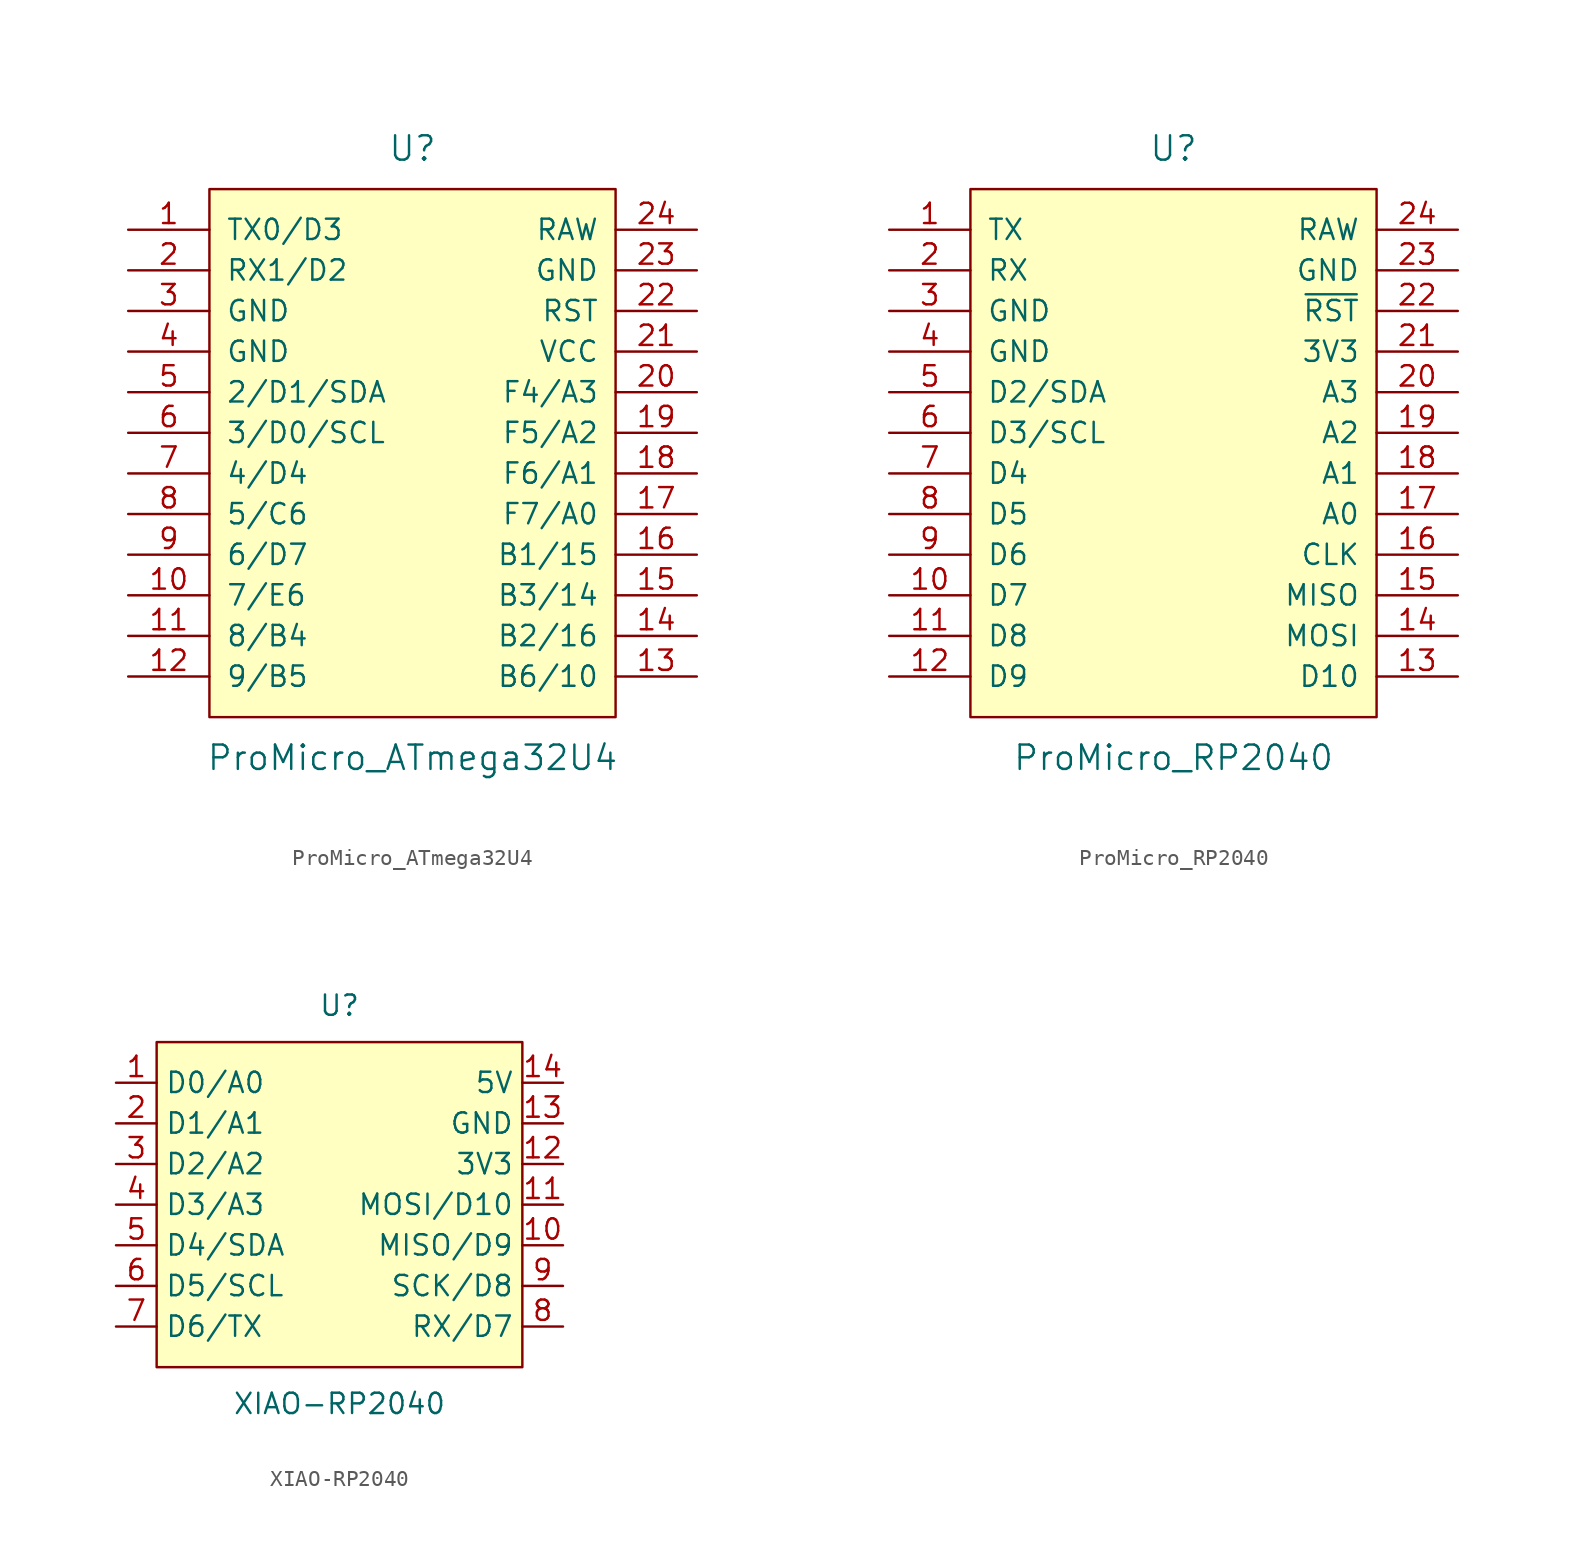
<source format=kicad_sym>
(kicad_symbol_lib
  (version 20231120)
  (generator "kicad_symbol_editor")
  (generator_version "8.0")
  (symbol "ProMicro_ATmega32U4"
    (pin_names
      (offset 1.016))
    (property "Reference" "U"
      (at 0 19.05 0)
      (effects (font (size 1.524 1.524))))
    (property "Value" "ProMicro_ATmega32U4"
      (at 0 -19.05 0)
      (effects (font (size 1.524 1.524))))
    (symbol "ProMicro_ATmega32U4_0_1"
      (rectangle (start -12.7 16.51) (end 12.7 -16.51) (stroke (width 0) (type default)) (fill (type background))))
    (symbol "ProMicro_ATmega32U4_1_1"
      (pin bidirectional line (at -17.78 13.97 0) (length 5.08) (name "TX0/D3" (effects (font (size 1.27 1.27)))) (number "1" (effects (font (size 1.27 1.27)))))
      (pin bidirectional line (at -17.78 -8.89 0) (length 5.08) (name "7/E6" (effects (font (size 1.27 1.27)))) (number "10" (effects (font (size 1.27 1.27)))))
      (pin bidirectional line (at -17.78 -11.43 0) (length 5.08) (name "8/B4" (effects (font (size 1.27 1.27)))) (number "11" (effects (font (size 1.27 1.27)))))
      (pin bidirectional line (at -17.78 -13.97 0) (length 5.08) (name "9/B5" (effects (font (size 1.27 1.27)))) (number "12" (effects (font (size 1.27 1.27)))))
      (pin bidirectional line (at 17.78 -13.97 180) (length 5.08) (name "B6/10" (effects (font (size 1.27 1.27)))) (number "13" (effects (font (size 1.27 1.27)))))
      (pin bidirectional line (at 17.78 -11.43 180) (length 5.08) (name "B2/16" (effects (font (size 1.27 1.27)))) (number "14" (effects (font (size 1.27 1.27)))))
      (pin bidirectional line (at 17.78 -8.89 180) (length 5.08) (name "B3/14" (effects (font (size 1.27 1.27)))) (number "15" (effects (font (size 1.27 1.27)))))
      (pin bidirectional line (at 17.78 -6.35 180) (length 5.08) (name "B1/15" (effects (font (size 1.27 1.27)))) (number "16" (effects (font (size 1.27 1.27)))))
      (pin bidirectional line (at 17.78 -3.81 180) (length 5.08) (name "F7/A0" (effects (font (size 1.27 1.27)))) (number "17" (effects (font (size 1.27 1.27)))))
      (pin bidirectional line (at 17.78 -1.27 180) (length 5.08) (name "F6/A1" (effects (font (size 1.27 1.27)))) (number "18" (effects (font (size 1.27 1.27)))))
      (pin bidirectional line (at 17.78 1.27 180) (length 5.08) (name "F5/A2" (effects (font (size 1.27 1.27)))) (number "19" (effects (font (size 1.27 1.27)))))
      (pin bidirectional line (at -17.78 11.43 0) (length 5.08) (name "RX1/D2" (effects (font (size 1.27 1.27)))) (number "2" (effects (font (size 1.27 1.27)))))
      (pin bidirectional line (at 17.78 3.81 180) (length 5.08) (name "F4/A3" (effects (font (size 1.27 1.27)))) (number "20" (effects (font (size 1.27 1.27)))))
      (pin power_in line (at 17.78 6.35 180) (length 5.08) (name "VCC" (effects (font (size 1.27 1.27)))) (number "21" (effects (font (size 1.27 1.27)))))
      (pin input line (at 17.78 8.89 180) (length 5.08) (name "RST" (effects (font (size 1.27 1.27)))) (number "22" (effects (font (size 1.27 1.27)))))
      (pin power_in line (at 17.78 11.43 180) (length 5.08) (name "GND" (effects (font (size 1.27 1.27)))) (number "23" (effects (font (size 1.27 1.27)))))
      (pin power_out line (at 17.78 13.97 180) (length 5.08) (name "RAW" (effects (font (size 1.27 1.27)))) (number "24" (effects (font (size 1.27 1.27)))))
      (pin power_in line (at -17.78 8.89 0) (length 5.08) (name "GND" (effects (font (size 1.27 1.27)))) (number "3" (effects (font (size 1.27 1.27)))))
      (pin power_in line (at -17.78 6.35 0) (length 5.08) (name "GND" (effects (font (size 1.27 1.27)))) (number "4" (effects (font (size 1.27 1.27)))))
      (pin bidirectional line (at -17.78 3.81 0) (length 5.08) (name "2/D1/SDA" (effects (font (size 1.27 1.27)))) (number "5" (effects (font (size 1.27 1.27)))))
      (pin bidirectional line (at -17.78 1.27 0) (length 5.08) (name "3/D0/SCL" (effects (font (size 1.27 1.27)))) (number "6" (effects (font (size 1.27 1.27)))))
      (pin bidirectional line (at -17.78 -1.27 0) (length 5.08) (name "4/D4" (effects (font (size 1.27 1.27)))) (number "7" (effects (font (size 1.27 1.27)))))
      (pin bidirectional line (at -17.78 -3.81 0) (length 5.08) (name "5/C6" (effects (font (size 1.27 1.27)))) (number "8" (effects (font (size 1.27 1.27)))))
      (pin bidirectional line (at -17.78 -6.35 0) (length 5.08) (name "6/D7" (effects (font (size 1.27 1.27)))) (number "9" (effects (font (size 1.27 1.27)))))))
  (symbol "ProMicro_RP2040"
    (pin_names
      (offset 1.016))
    (property "Reference" "U"
      (at 0 19.05 0)
      (effects (font (size 1.524 1.524))))
    (property "Value" "ProMicro_RP2040"
      (at 0 -19.05 0)
      (effects (font (size 1.524 1.524))))
    (symbol "ProMicro_RP2040_0_1"
      (rectangle (start -12.7 16.51) (end 12.7 -16.51) (stroke (width 0) (type default)) (fill (type background))))
    (symbol "ProMicro_RP2040_1_1"
      (pin bidirectional line (at -17.78 13.97 0) (length 5.08) (name "TX" (effects (font (size 1.27 1.27)))) (number "1" (effects (font (size 1.27 1.27)))))
      (pin bidirectional line (at -17.78 -8.89 0) (length 5.08) (name "D7" (effects (font (size 1.27 1.27)))) (number "10" (effects (font (size 1.27 1.27)))))
      (pin bidirectional line (at -17.78 -11.43 0) (length 5.08) (name "D8" (effects (font (size 1.27 1.27)))) (number "11" (effects (font (size 1.27 1.27)))))
      (pin bidirectional line (at -17.78 -13.97 0) (length 5.08) (name "D9" (effects (font (size 1.27 1.27)))) (number "12" (effects (font (size 1.27 1.27)))))
      (pin bidirectional line (at 17.78 -13.97 180) (length 5.08) (name "D10" (effects (font (size 1.27 1.27)))) (number "13" (effects (font (size 1.27 1.27)))))
      (pin bidirectional line (at 17.78 -11.43 180) (length 5.08) (name "MOSI" (effects (font (size 1.27 1.27)))) (number "14" (effects (font (size 1.27 1.27)))))
      (pin bidirectional line (at 17.78 -8.89 180) (length 5.08) (name "MISO" (effects (font (size 1.27 1.27)))) (number "15" (effects (font (size 1.27 1.27)))))
      (pin bidirectional line (at 17.78 -6.35 180) (length 5.08) (name "CLK" (effects (font (size 1.27 1.27)))) (number "16" (effects (font (size 1.27 1.27)))))
      (pin bidirectional line (at 17.78 -3.81 180) (length 5.08) (name "A0" (effects (font (size 1.27 1.27)))) (number "17" (effects (font (size 1.27 1.27)))))
      (pin bidirectional line (at 17.78 -1.27 180) (length 5.08) (name "A1" (effects (font (size 1.27 1.27)))) (number "18" (effects (font (size 1.27 1.27)))))
      (pin bidirectional line (at 17.78 1.27 180) (length 5.08) (name "A2" (effects (font (size 1.27 1.27)))) (number "19" (effects (font (size 1.27 1.27)))))
      (pin bidirectional line (at -17.78 11.43 0) (length 5.08) (name "RX" (effects (font (size 1.27 1.27)))) (number "2" (effects (font (size 1.27 1.27)))))
      (pin bidirectional line (at 17.78 3.81 180) (length 5.08) (name "A3" (effects (font (size 1.27 1.27)))) (number "20" (effects (font (size 1.27 1.27)))))
      (pin power_in line (at 17.78 6.35 180) (length 5.08) (name "3V3" (effects (font (size 1.27 1.27)))) (number "21" (effects (font (size 1.27 1.27)))))
      (pin input line (at 17.78 8.89 180) (length 5.08) (name "~{RST}" (effects (font (size 1.27 1.27)))) (number "22" (effects (font (size 1.27 1.27)))))
      (pin power_in line (at 17.78 11.43 180) (length 5.08) (name "GND" (effects (font (size 1.27 1.27)))) (number "23" (effects (font (size 1.27 1.27)))))
      (pin power_out line (at 17.78 13.97 180) (length 5.08) (name "RAW" (effects (font (size 1.27 1.27)))) (number "24" (effects (font (size 1.27 1.27)))))
      (pin power_in line (at -17.78 8.89 0) (length 5.08) (name "GND" (effects (font (size 1.27 1.27)))) (number "3" (effects (font (size 1.27 1.27)))))
      (pin power_in line (at -17.78 6.35 0) (length 5.08) (name "GND" (effects (font (size 1.27 1.27)))) (number "4" (effects (font (size 1.27 1.27)))))
      (pin bidirectional line (at -17.78 3.81 0) (length 5.08) (name "D2/SDA" (effects (font (size 1.27 1.27)))) (number "5" (effects (font (size 1.27 1.27)))))
      (pin bidirectional line (at -17.78 1.27 0) (length 5.08) (name "D3/SCL" (effects (font (size 1.27 1.27)))) (number "6" (effects (font (size 1.27 1.27)))))
      (pin bidirectional line (at -17.78 -1.27 0) (length 5.08) (name "D4" (effects (font (size 1.27 1.27)))) (number "7" (effects (font (size 1.27 1.27)))))
      (pin bidirectional line (at -17.78 -3.81 0) (length 5.08) (name "D5" (effects (font (size 1.27 1.27)))) (number "8" (effects (font (size 1.27 1.27)))))
      (pin bidirectional line (at -17.78 -6.35 0) (length 5.08) (name "D6" (effects (font (size 1.27 1.27)))) (number "9" (effects (font (size 1.27 1.27)))))))
  (symbol "XIAO-RP2040"
    (property "Reference" "U"
      (at 0 12.446 0)
      (effects (font (size 1.27 1.27))))
    (property "Value" "XIAO-RP2040"
      (at 0 -12.446 0)
      (effects (font (size 1.27 1.27))))
    (symbol "XIAO-RP2040_0_1"
      (rectangle (start -11.43 10.16) (end 11.43 -10.16) (stroke (width 0) (type default)) (fill (type background))))
    (symbol "XIAO-RP2040_1_1"
      (pin bidirectional line (at -13.97 7.62 0) (length 2.54) (name "D0/A0" (effects (font (size 1.27 1.27)))) (number "1" (effects (font (size 1.27 1.27)))))
      (pin bidirectional line (at 13.97 -2.54 180) (length 2.54) (name "MISO/D9" (effects (font (size 1.27 1.27)))) (number "10" (effects (font (size 1.27 1.27)))))
      (pin bidirectional line (at 13.97 0 180) (length 2.54) (name "MOSI/D10" (effects (font (size 1.27 1.27)))) (number "11" (effects (font (size 1.27 1.27)))))
      (pin power_in line (at 13.97 2.54 180) (length 2.54) (name "3V3" (effects (font (size 1.27 1.27)))) (number "12" (effects (font (size 1.27 1.27)))))
      (pin power_in line (at 13.97 5.08 180) (length 2.54) (name "GND" (effects (font (size 1.27 1.27)))) (number "13" (effects (font (size 1.27 1.27)))))
      (pin power_in line (at 13.97 7.62 180) (length 2.54) (name "5V" (effects (font (size 1.27 1.27)))) (number "14" (effects (font (size 1.27 1.27)))))
      (pin bidirectional line (at -13.97 5.08 0) (length 2.54) (name "D1/A1" (effects (font (size 1.27 1.27)))) (number "2" (effects (font (size 1.27 1.27)))))
      (pin bidirectional line (at -13.97 2.54 0) (length 2.54) (name "D2/A2" (effects (font (size 1.27 1.27)))) (number "3" (effects (font (size 1.27 1.27)))))
      (pin bidirectional line (at -13.97 0 0) (length 2.54) (name "D3/A3" (effects (font (size 1.27 1.27)))) (number "4" (effects (font (size 1.27 1.27)))))
      (pin bidirectional line (at -13.97 -2.54 0) (length 2.54) (name "D4/SDA" (effects (font (size 1.27 1.27)))) (number "5" (effects (font (size 1.27 1.27)))))
      (pin bidirectional line (at -13.97 -5.08 0) (length 2.54) (name "D5/SCL" (effects (font (size 1.27 1.27)))) (number "6" (effects (font (size 1.27 1.27)))))
      (pin bidirectional line (at -13.97 -7.62 0) (length 2.54) (name "D6/TX" (effects (font (size 1.27 1.27)))) (number "7" (effects (font (size 1.27 1.27)))))
      (pin bidirectional line (at 13.97 -7.62 180) (length 2.54) (name "RX/D7" (effects (font (size 1.27 1.27)))) (number "8" (effects (font (size 1.27 1.27)))))
      (pin bidirectional line (at 13.97 -5.08 180) (length 2.54) (name "SCK/D8" (effects (font (size 1.27 1.27)))) (number "9" (effects (font (size 1.27 1.27))))))))
</source>
